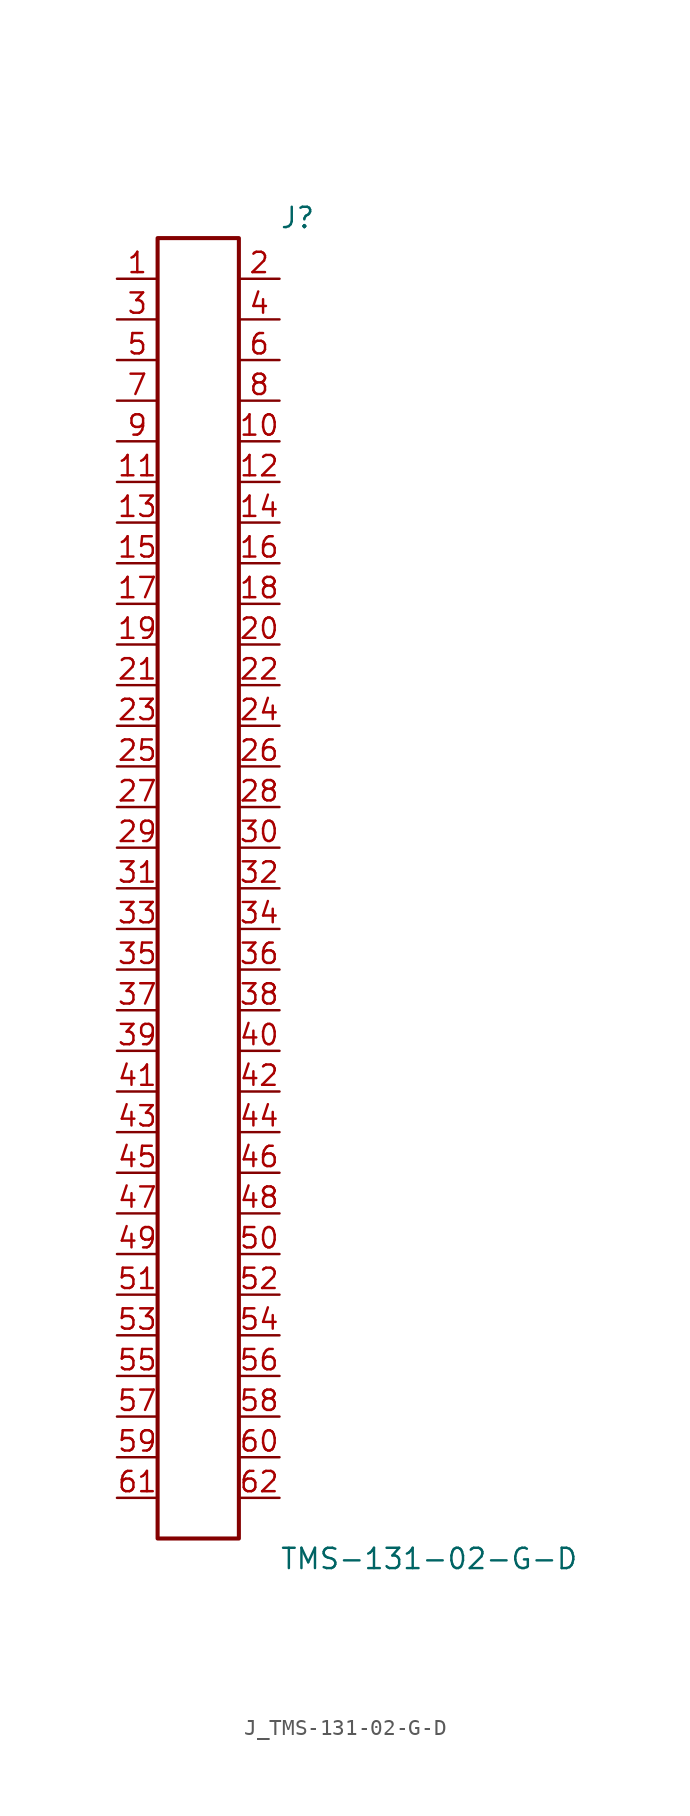
<source format=kicad_sym>
(kicad_symbol_lib
  (version 20231120)
  (generator kicad_symbol_editor)
  (generator_version 8.0)
  (symbol "J_TMS-131-02-G-D"
    (pin_names
      (offset 0.254))
    (property "Reference" "J"
      (at 5.08 41.91 0)
      (effects (font (size 1.27 1.27)) (justify left)))
    (property "Value" "TMS-131-02-G-D"
      (at 5.08 -41.91 0)
      (effects (font (size 1.27 1.27)) (justify left)))
    (symbol "J_TMS-131-02-G-D_0_0"
      (pin unspecified line (at -5.08 38.1 0) (length 2.54) (name "" (effects (font (size 1.27 1.27)))) (number "1" (effects (font (size 1.27 1.27)))))
      (pin unspecified line (at 5.08 38.1 180) (length 2.54) (name "" (effects (font (size 1.27 1.27)))) (number "2" (effects (font (size 1.27 1.27)))))
      (pin unspecified line (at -5.08 35.56 0) (length 2.54) (name "" (effects (font (size 1.27 1.27)))) (number "3" (effects (font (size 1.27 1.27)))))
      (pin unspecified line (at 5.08 35.56 180) (length 2.54) (name "" (effects (font (size 1.27 1.27)))) (number "4" (effects (font (size 1.27 1.27)))))
      (pin unspecified line (at -5.08 33.02 0) (length 2.54) (name "" (effects (font (size 1.27 1.27)))) (number "5" (effects (font (size 1.27 1.27)))))
      (pin unspecified line (at 5.08 33.02 180) (length 2.54) (name "" (effects (font (size 1.27 1.27)))) (number "6" (effects (font (size 1.27 1.27)))))
      (pin unspecified line (at -5.08 30.48 0) (length 2.54) (name "" (effects (font (size 1.27 1.27)))) (number "7" (effects (font (size 1.27 1.27)))))
      (pin unspecified line (at 5.08 30.48 180) (length 2.54) (name "" (effects (font (size 1.27 1.27)))) (number "8" (effects (font (size 1.27 1.27)))))
      (pin unspecified line (at -5.08 27.94 0) (length 2.54) (name "" (effects (font (size 1.27 1.27)))) (number "9" (effects (font (size 1.27 1.27)))))
      (pin unspecified line (at 5.08 27.94 180) (length 2.54) (name "" (effects (font (size 1.27 1.27)))) (number "10" (effects (font (size 1.27 1.27)))))
      (pin unspecified line (at -5.08 25.4 0) (length 2.54) (name "" (effects (font (size 1.27 1.27)))) (number "11" (effects (font (size 1.27 1.27)))))
      (pin unspecified line (at 5.08 25.4 180) (length 2.54) (name "" (effects (font (size 1.27 1.27)))) (number "12" (effects (font (size 1.27 1.27)))))
      (pin unspecified line (at -5.08 22.86 0) (length 2.54) (name "" (effects (font (size 1.27 1.27)))) (number "13" (effects (font (size 1.27 1.27)))))
      (pin unspecified line (at 5.08 22.86 180) (length 2.54) (name "" (effects (font (size 1.27 1.27)))) (number "14" (effects (font (size 1.27 1.27)))))
      (pin unspecified line (at -5.08 20.32 0) (length 2.54) (name "" (effects (font (size 1.27 1.27)))) (number "15" (effects (font (size 1.27 1.27)))))
      (pin unspecified line (at 5.08 20.32 180) (length 2.54) (name "" (effects (font (size 1.27 1.27)))) (number "16" (effects (font (size 1.27 1.27)))))
      (pin unspecified line (at -5.08 17.78 0) (length 2.54) (name "" (effects (font (size 1.27 1.27)))) (number "17" (effects (font (size 1.27 1.27)))))
      (pin unspecified line (at 5.08 17.78 180) (length 2.54) (name "" (effects (font (size 1.27 1.27)))) (number "18" (effects (font (size 1.27 1.27)))))
      (pin unspecified line (at -5.08 15.24 0) (length 2.54) (name "" (effects (font (size 1.27 1.27)))) (number "19" (effects (font (size 1.27 1.27)))))
      (pin unspecified line (at 5.08 15.24 180) (length 2.54) (name "" (effects (font (size 1.27 1.27)))) (number "20" (effects (font (size 1.27 1.27)))))
      (pin unspecified line (at -5.08 12.7 0) (length 2.54) (name "" (effects (font (size 1.27 1.27)))) (number "21" (effects (font (size 1.27 1.27)))))
      (pin unspecified line (at 5.08 12.7 180) (length 2.54) (name "" (effects (font (size 1.27 1.27)))) (number "22" (effects (font (size 1.27 1.27)))))
      (pin unspecified line (at -5.08 10.16 0) (length 2.54) (name "" (effects (font (size 1.27 1.27)))) (number "23" (effects (font (size 1.27 1.27)))))
      (pin unspecified line (at 5.08 10.16 180) (length 2.54) (name "" (effects (font (size 1.27 1.27)))) (number "24" (effects (font (size 1.27 1.27)))))
      (pin unspecified line (at -5.08 7.62 0) (length 2.54) (name "" (effects (font (size 1.27 1.27)))) (number "25" (effects (font (size 1.27 1.27)))))
      (pin unspecified line (at 5.08 7.62 180) (length 2.54) (name "" (effects (font (size 1.27 1.27)))) (number "26" (effects (font (size 1.27 1.27)))))
      (pin unspecified line (at -5.08 5.08 0) (length 2.54) (name "" (effects (font (size 1.27 1.27)))) (number "27" (effects (font (size 1.27 1.27)))))
      (pin unspecified line (at 5.08 5.08 180) (length 2.54) (name "" (effects (font (size 1.27 1.27)))) (number "28" (effects (font (size 1.27 1.27)))))
      (pin unspecified line (at -5.08 2.54 0) (length 2.54) (name "" (effects (font (size 1.27 1.27)))) (number "29" (effects (font (size 1.27 1.27)))))
      (pin unspecified line (at 5.08 2.54 180) (length 2.54) (name "" (effects (font (size 1.27 1.27)))) (number "30" (effects (font (size 1.27 1.27)))))
      (pin unspecified line (at -5.08 0.0 0) (length 2.54) (name "" (effects (font (size 1.27 1.27)))) (number "31" (effects (font (size 1.27 1.27)))))
      (pin unspecified line (at 5.08 0.0 180) (length 2.54) (name "" (effects (font (size 1.27 1.27)))) (number "32" (effects (font (size 1.27 1.27)))))
      (pin unspecified line (at -5.08 -2.54 0) (length 2.54) (name "" (effects (font (size 1.27 1.27)))) (number "33" (effects (font (size 1.27 1.27)))))
      (pin unspecified line (at 5.08 -2.54 180) (length 2.54) (name "" (effects (font (size 1.27 1.27)))) (number "34" (effects (font (size 1.27 1.27)))))
      (pin unspecified line (at -5.08 -5.08 0) (length 2.54) (name "" (effects (font (size 1.27 1.27)))) (number "35" (effects (font (size 1.27 1.27)))))
      (pin unspecified line (at 5.08 -5.08 180) (length 2.54) (name "" (effects (font (size 1.27 1.27)))) (number "36" (effects (font (size 1.27 1.27)))))
      (pin unspecified line (at -5.08 -7.62 0) (length 2.54) (name "" (effects (font (size 1.27 1.27)))) (number "37" (effects (font (size 1.27 1.27)))))
      (pin unspecified line (at 5.08 -7.62 180) (length 2.54) (name "" (effects (font (size 1.27 1.27)))) (number "38" (effects (font (size 1.27 1.27)))))
      (pin unspecified line (at -5.08 -10.16 0) (length 2.54) (name "" (effects (font (size 1.27 1.27)))) (number "39" (effects (font (size 1.27 1.27)))))
      (pin unspecified line (at 5.08 -10.16 180) (length 2.54) (name "" (effects (font (size 1.27 1.27)))) (number "40" (effects (font (size 1.27 1.27)))))
      (pin unspecified line (at -5.08 -12.7 0) (length 2.54) (name "" (effects (font (size 1.27 1.27)))) (number "41" (effects (font (size 1.27 1.27)))))
      (pin unspecified line (at 5.08 -12.7 180) (length 2.54) (name "" (effects (font (size 1.27 1.27)))) (number "42" (effects (font (size 1.27 1.27)))))
      (pin unspecified line (at -5.08 -15.24 0) (length 2.54) (name "" (effects (font (size 1.27 1.27)))) (number "43" (effects (font (size 1.27 1.27)))))
      (pin unspecified line (at 5.08 -15.24 180) (length 2.54) (name "" (effects (font (size 1.27 1.27)))) (number "44" (effects (font (size 1.27 1.27)))))
      (pin unspecified line (at -5.08 -17.78 0) (length 2.54) (name "" (effects (font (size 1.27 1.27)))) (number "45" (effects (font (size 1.27 1.27)))))
      (pin unspecified line (at 5.08 -17.78 180) (length 2.54) (name "" (effects (font (size 1.27 1.27)))) (number "46" (effects (font (size 1.27 1.27)))))
      (pin unspecified line (at -5.08 -20.32 0) (length 2.54) (name "" (effects (font (size 1.27 1.27)))) (number "47" (effects (font (size 1.27 1.27)))))
      (pin unspecified line (at 5.08 -20.32 180) (length 2.54) (name "" (effects (font (size 1.27 1.27)))) (number "48" (effects (font (size 1.27 1.27)))))
      (pin unspecified line (at -5.08 -22.86 0) (length 2.54) (name "" (effects (font (size 1.27 1.27)))) (number "49" (effects (font (size 1.27 1.27)))))
      (pin unspecified line (at 5.08 -22.86 180) (length 2.54) (name "" (effects (font (size 1.27 1.27)))) (number "50" (effects (font (size 1.27 1.27)))))
      (pin unspecified line (at -5.08 -25.4 0) (length 2.54) (name "" (effects (font (size 1.27 1.27)))) (number "51" (effects (font (size 1.27 1.27)))))
      (pin unspecified line (at 5.08 -25.4 180) (length 2.54) (name "" (effects (font (size 1.27 1.27)))) (number "52" (effects (font (size 1.27 1.27)))))
      (pin unspecified line (at -5.08 -27.94 0) (length 2.54) (name "" (effects (font (size 1.27 1.27)))) (number "53" (effects (font (size 1.27 1.27)))))
      (pin unspecified line (at 5.08 -27.94 180) (length 2.54) (name "" (effects (font (size 1.27 1.27)))) (number "54" (effects (font (size 1.27 1.27)))))
      (pin unspecified line (at -5.08 -30.48 0) (length 2.54) (name "" (effects (font (size 1.27 1.27)))) (number "55" (effects (font (size 1.27 1.27)))))
      (pin unspecified line (at 5.08 -30.48 180) (length 2.54) (name "" (effects (font (size 1.27 1.27)))) (number "56" (effects (font (size 1.27 1.27)))))
      (pin unspecified line (at -5.08 -33.02 0) (length 2.54) (name "" (effects (font (size 1.27 1.27)))) (number "57" (effects (font (size 1.27 1.27)))))
      (pin unspecified line (at 5.08 -33.02 180) (length 2.54) (name "" (effects (font (size 1.27 1.27)))) (number "58" (effects (font (size 1.27 1.27)))))
      (pin unspecified line (at -5.08 -35.56 0) (length 2.54) (name "" (effects (font (size 1.27 1.27)))) (number "59" (effects (font (size 1.27 1.27)))))
      (pin unspecified line (at 5.08 -35.56 180) (length 2.54) (name "" (effects (font (size 1.27 1.27)))) (number "60" (effects (font (size 1.27 1.27)))))
      (pin unspecified line (at -5.08 -38.1 0) (length 2.54) (name "" (effects (font (size 1.27 1.27)))) (number "61" (effects (font (size 1.27 1.27)))))
      (pin unspecified line (at 5.08 -38.1 180) (length 2.54) (name "" (effects (font (size 1.27 1.27)))) (number "62" (effects (font (size 1.27 1.27))))))
    (symbol "J_TMS-131-02-G-D_1_0"
      (rectangle (start -2.54 40.64) (end 2.54 -40.64) (stroke (width 0.254) (type solid)) (fill (type none))))))
</source>
